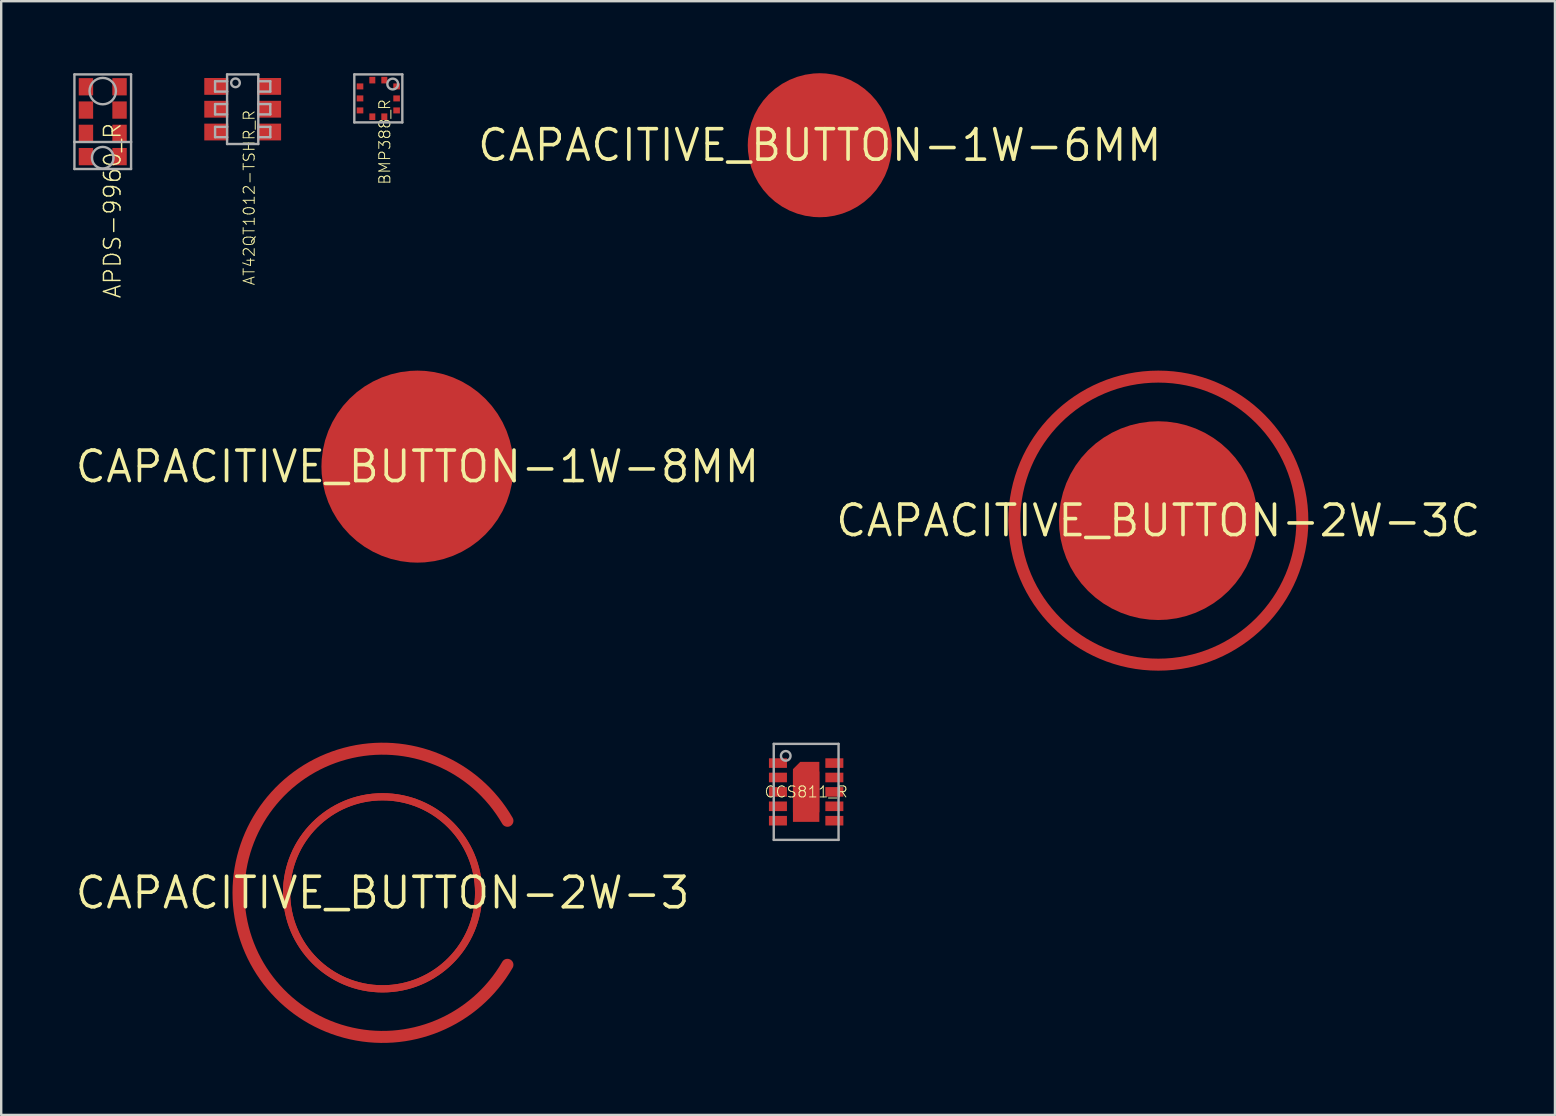
<source format=kicad_pcb>
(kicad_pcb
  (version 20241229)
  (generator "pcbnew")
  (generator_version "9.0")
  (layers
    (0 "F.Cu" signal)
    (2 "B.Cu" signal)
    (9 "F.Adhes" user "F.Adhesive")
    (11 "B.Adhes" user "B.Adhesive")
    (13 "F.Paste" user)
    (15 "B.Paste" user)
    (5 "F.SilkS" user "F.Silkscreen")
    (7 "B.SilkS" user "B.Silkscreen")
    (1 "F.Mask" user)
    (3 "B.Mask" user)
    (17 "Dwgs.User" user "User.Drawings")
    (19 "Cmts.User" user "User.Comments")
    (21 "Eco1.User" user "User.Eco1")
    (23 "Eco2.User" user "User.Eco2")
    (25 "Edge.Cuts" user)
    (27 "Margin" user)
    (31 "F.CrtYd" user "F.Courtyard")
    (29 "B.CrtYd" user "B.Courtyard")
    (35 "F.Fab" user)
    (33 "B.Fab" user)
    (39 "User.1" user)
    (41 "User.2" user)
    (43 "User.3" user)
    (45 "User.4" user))
  (footprint "CAPACITIVE_BUTTON-2W-3C"
    (layer "F.Cu")
    (at 45.204 18.639)
    (property "Reference" "CAPACITIVE_BUTTON-2W-3C" (at 0 0 0) (unlocked yes) (layer "F.SilkS") (effects (font (size 1.27 1.27) (thickness 0.15))))
    (fp_circle (center 0 0) (end 6 0) (stroke (width 0.5) (type solid)) (fill no) (layer "F.Cu"))
    (pad "RX" smd roundrect (at 0 0) (size 8.28 8.28) (layers "F.Cu") (roundrect_rratio 0.5))
    (pad "TX" smd rect (at 6 0 270) (size 0.25 0.25) (layers "F.Cu")))
  (footprint "CCS811_R"
    (layer "F.Cu")
    (at 30.533 29.939)
    (property "Reference" "CCS811_R" (at 0 0 0) (unlocked yes) (layer "F.SilkS") (effects (font (size 0.46 0.46) (thickness 0.04))))
    (fp_poly (pts (xy 0.55 1.25) (xy -0.55 1.25) (xy -0.55 -0.946) (xy -0.246 -1.25) (xy 0.55 -1.25)) (stroke (width 0) (type default)) (fill yes) (layer "F.Cu"))
    (fp_poly (pts (xy -1.6 -0.95) (xy -0.75 -0.95) (xy -0.75 -1.45) (xy -1.6 -1.45)) (stroke (width 0) (type default)) (fill yes) (layer "F.Mask"))
    (fp_poly (pts (xy -1.6 -0.35) (xy -0.75 -0.35) (xy -0.75 -0.85) (xy -1.6 -0.85)) (stroke (width 0) (type default)) (fill yes) (layer "F.Mask"))
    (fp_poly (pts (xy -1.6 0.25) (xy -0.75 0.25) (xy -0.75 -0.25) (xy -1.6 -0.25)) (stroke (width 0) (type default)) (fill yes) (layer "F.Mask"))
    (fp_poly (pts (xy -1.6 0.85) (xy -0.75 0.85) (xy -0.75 0.35) (xy -1.6 0.35)) (stroke (width 0) (type default)) (fill yes) (layer "F.Mask"))
    (fp_poly (pts (xy -1.6 1.45) (xy -0.75 1.45) (xy -0.75 0.95) (xy -1.6 0.95)) (stroke (width 0) (type default)) (fill yes) (layer "F.Mask"))
    (fp_poly (pts (xy 1.6 -1.45) (xy 0.75 -1.45) (xy 0.75 -0.95) (xy 1.6 -0.95)) (stroke (width 0) (type default)) (fill yes) (layer "F.Mask"))
    (fp_poly (pts (xy 1.6 -0.85) (xy 0.75 -0.85) (xy 0.75 -0.35) (xy 1.6 -0.35)) (stroke (width 0) (type default)) (fill yes) (layer "F.Mask"))
    (fp_poly (pts (xy 1.6 -0.25) (xy 0.75 -0.25) (xy 0.75 0.25) (xy 1.6 0.25)) (stroke (width 0) (type default)) (fill yes) (layer "F.Mask"))
    (fp_poly (pts (xy 1.6 0.35) (xy 0.75 0.35) (xy 0.75 0.85) (xy 1.6 0.85)) (stroke (width 0) (type default)) (fill yes) (layer "F.Mask"))
    (fp_poly (pts (xy 1.6 0.95) (xy 0.75 0.95) (xy 0.75 1.45) (xy 1.6 1.45)) (stroke (width 0) (type default)) (fill yes) (layer "F.Mask"))
    (fp_poly (pts (xy 0.6 1.3) (xy -0.6 1.3) (xy -0.6 -0.996) (xy -0.296 -1.3) (xy 0.6 -1.3)) (stroke (width 0) (type default)) (fill yes) (layer "F.Mask"))
    (fp_poly (pts (xy 0.45 1.15) (xy -0.45 1.15) (xy -0.45 0.1) (xy 0.45 0.1)) (stroke (width 0) (type default)) (fill yes) (layer "F.Paste"))
    (fp_poly (pts (xy 0.45 -0.1) (xy -0.45 -0.1) (xy -0.45 -0.871) (xy -0.171 -1.15) (xy 0.45 -1.15)) (stroke (width 0) (type default)) (fill yes) (layer "F.Paste"))
    (fp_line (start -1.35 -2) (end 1.35 -2) (stroke (width 0.1) (type solid)) (layer "F.Fab"))
    (fp_line (start -1.35 2) (end -1.35 -2) (stroke (width 0.1) (type solid)) (layer "F.Fab"))
    (fp_line (start 1.35 -2) (end 1.35 2) (stroke (width 0.1) (type solid)) (layer "F.Fab"))
    (fp_line (start 1.35 2) (end -1.35 2) (stroke (width 0.1) (type solid)) (layer "F.Fab"))
    (fp_circle (center -0.85 -1.5) (end -0.65 -1.5) (stroke (width 0.1) (type solid)) (fill no) (layer "F.Fab"))
    (pad "0" smd rect (at 0 0) (size 1.1 1.7) (layers "F.Cu"))
    (pad "1" smd rect (at -1.175 -1.2 90) (size 0.4 0.75) (layers "F.Cu" "F.Paste"))
    (pad "2" smd rect (at -1.175 -0.6 90) (size 0.4 0.75) (layers "F.Cu" "F.Paste"))
    (pad "3" smd rect (at -1.175 0 90) (size 0.4 0.75) (layers "F.Cu" "F.Paste"))
    (pad "4" smd rect (at -1.175 0.6 90) (size 0.4 0.75) (layers "F.Cu" "F.Paste"))
    (pad "5" smd rect (at -1.175 1.2 90) (size 0.4 0.75) (layers "F.Cu" "F.Paste"))
    (pad "6" smd rect (at 1.175 1.2 90) (size 0.4 0.75) (layers "F.Cu" "F.Paste"))
    (pad "7" smd rect (at 1.175 0.6 90) (size 0.4 0.75) (layers "F.Cu" "F.Paste"))
    (pad "8" smd rect (at 1.175 0 90) (size 0.4 0.75) (layers "F.Cu" "F.Paste"))
    (pad "9" smd rect (at 1.175 -0.6 90) (size 0.4 0.75) (layers "F.Cu" "F.Paste"))
    (pad "10" smd rect (at 1.175 -1.2 90) (size 0.4 0.75) (layers "F.Cu" "F.Paste")))
  (footprint "CAPACITIVE_BUTTON-1W-6MM"
    (layer "F.Cu")
    (at 31.1 3)
    (property "Reference" "CAPACITIVE_BUTTON-1W-6MM" (at 0 0 0) (unlocked yes) (layer "F.SilkS") (effects (font (size 1.27 1.27) (thickness 0.15))))
    (pad "TCH" smd roundrect (at 0 0) (size 6 6) (layers "F.Cu") (roundrect_rratio 0.5)))
  (footprint "CAPACITIVE_BUTTON-2W-3"
    (layer "F.Cu")
    (at 12.889 34.143)
    (property "Reference" "CAPACITIVE_BUTTON-2W-3" (at 0 0 0) (unlocked yes) (layer "F.SilkS") (effects (font (size 1.27 1.27) (thickness 0.15))))
    (fp_arc (start 5.2 3) (mid -6.0035 0) (end 5.2 -3) (stroke (width 0.5) (type solid)) (layer "F.Cu"))
    (fp_circle (center 0 0) (end 4 0) (stroke (width 0.3) (type solid)) (fill no) (layer "F.Cu"))
    (fp_circle (center 0 0) (end 4 0) (stroke (width 0.3) (type solid)) (fill no) (layer "F.Cu"))
    (pad "RX" smd rect (at 3.993 0 90) (size 0.25 0.25) (layers "F.Cu"))
    (pad "TX" smd rect (at 5.199 2.984 270) (size 0.25 0.25) (layers "F.Cu")))
  (footprint "APDS-9960_R"
    (layer "F.Cu")
    (at 1.23 2.02)
    (property "Reference" "APDS-9960_R" (at 0 0 90) (unlocked yes) (layer "F.SilkS") (effects (font (size 0.69 0.69) (thickness 0.06)) (justify right top)))
    (fp_poly (pts (xy -0.4 -1.095) (xy -1 -1.095) (xy -1 -1.815) (xy -0.4 -1.815)) (stroke (width 0) (type default)) (fill yes) (layer "F.Paste"))
    (fp_poly (pts (xy -0.4 -0.125) (xy -1 -0.125) (xy -1 -0.845) (xy -0.4 -0.845)) (stroke (width 0) (type default)) (fill yes) (layer "F.Paste"))
    (fp_poly (pts (xy -0.4 0.845) (xy -1 0.845) (xy -1 0.125) (xy -0.4 0.125)) (stroke (width 0) (type default)) (fill yes) (layer "F.Paste"))
    (fp_poly (pts (xy -0.4 1.815) (xy -1 1.815) (xy -1 1.095) (xy -0.4 1.095)) (stroke (width 0) (type default)) (fill yes) (layer "F.Paste"))
    (fp_poly (pts (xy 1 -1.095) (xy 0.4 -1.095) (xy 0.4 -1.815) (xy 1 -1.815)) (stroke (width 0) (type default)) (fill yes) (layer "F.Paste"))
    (fp_poly (pts (xy 1 -0.125) (xy 0.4 -0.125) (xy 0.4 -0.845) (xy 1 -0.845)) (stroke (width 0) (type default)) (fill yes) (layer "F.Paste"))
    (fp_poly (pts (xy 1 0.845) (xy 0.4 0.845) (xy 0.4 0.125) (xy 1 0.125)) (stroke (width 0) (type default)) (fill yes) (layer "F.Paste"))
    (fp_poly (pts (xy 1 1.815) (xy 0.4 1.815) (xy 0.4 1.095) (xy 1 1.095)) (stroke (width 0) (type default)) (fill yes) (layer "F.Paste"))
    (fp_line (start -1.18 -1.97) (end 1.18 -1.97) (stroke (width 0.1) (type solid)) (layer "F.Fab"))
    (fp_line (start -1.18 0.845) (end -1.18 -1.97) (stroke (width 0.1) (type solid)) (layer "F.Fab"))
    (fp_line (start -1.18 1.97) (end -1.18 0.845) (stroke (width 0.1) (type solid)) (layer "F.Fab"))
    (fp_line (start 1.18 -1.97) (end 1.18 0.845) (stroke (width 0.1) (type solid)) (layer "F.Fab"))
    (fp_line (start 1.18 0.845) (end -1.18 0.845) (stroke (width 0.1) (type solid)) (layer "F.Fab"))
    (fp_line (start 1.18 0.845) (end 1.18 1.97) (stroke (width 0.1) (type solid)) (layer "F.Fab"))
    (fp_line (start 1.18 1.97) (end -1.18 1.97) (stroke (width 0.1) (type solid)) (layer "F.Fab"))
    (fp_circle (center 0 -1.275) (end 0.55 -1.275) (stroke (width 0.1) (type solid)) (fill no) (layer "F.Fab"))
    (fp_circle (center 0 1.5) (end 0.45 1.5) (stroke (width 0.1) (type solid)) (fill no) (layer "F.Fab"))
    (pad "1" smd rect (at 0.7 -1.455 180) (size 0.6 0.72) (layers "F.Cu" "F.Mask"))
    (pad "2" smd rect (at 0.7 -0.485 180) (size 0.6 0.72) (layers "F.Cu" "F.Mask"))
    (pad "3" smd rect (at 0.7 0.485 180) (size 0.6 0.72) (layers "F.Cu" "F.Mask"))
    (pad "4" smd rect (at 0.7 1.455 180) (size 0.6 0.72) (layers "F.Cu" "F.Mask"))
    (pad "5" smd rect (at -0.7 1.455 180) (size 0.6 0.72) (layers "F.Cu" "F.Mask"))
    (pad "6" smd rect (at -0.7 0.485 180) (size 0.6 0.72) (layers "F.Cu" "F.Mask"))
    (pad "7" smd rect (at -0.7 -0.485 180) (size 0.6 0.72) (layers "F.Cu" "F.Mask"))
    (pad "8" smd rect (at -0.7 -1.455 180) (size 0.6 0.72) (layers "F.Cu" "F.Mask")))
  (footprint "CAPACITIVE_BUTTON-1W-8MM"
    (layer "F.Cu")
    (at 14.34 16.389)
    (property "Reference" "CAPACITIVE_BUTTON-1W-8MM" (at 0 0 0) (unlocked yes) (layer "F.SilkS") (effects (font (size 1.27 1.27) (thickness 0.15))))
    (pad "TCH" smd roundrect (at 0 0) (size 8 8) (layers "F.Cu") (roundrect_rratio 0.5)))
  (footprint "AT42QT1012-TSHR_R"
    (layer "F.Cu")
    (at 7.06 1.5)
    (property "Reference" "AT42QT1012-TSHR_R" (at 0 0 90) (unlocked yes) (layer "F.SilkS") (effects (font (size 0.46 0.46) (thickness 0.04)) (justify right top)))
    (fp_line (start -1.15 -1.165) (end -0.65 -1.165) (stroke (width 0.1) (type solid)) (layer "F.Fab"))
    (fp_line (start -1.15 -0.735) (end -1.15 -1.165) (stroke (width 0.1) (type solid)) (layer "F.Fab"))
    (fp_line (start -1.15 -0.215) (end -1.15 0.215) (stroke (width 0.1) (type solid)) (layer "F.Fab"))
    (fp_line (start -1.15 0.215) (end -0.65 0.215) (stroke (width 0.1) (type solid)) (layer "F.Fab"))
    (fp_line (start -1.15 0.735) (end -0.65 0.735) (stroke (width 0.1) (type solid)) (layer "F.Fab"))
    (fp_line (start -1.15 1.165) (end -1.15 0.735) (stroke (width 0.1) (type solid)) (layer "F.Fab"))
    (fp_line (start -0.65 -1.45) (end 0.65 -1.45) (stroke (width 0.1) (type solid)) (layer "F.Fab"))
    (fp_line (start -0.65 -1.165) (end -0.65 -1.45) (stroke (width 0.1) (type solid)) (layer "F.Fab"))
    (fp_line (start -0.65 -0.735) (end -1.15 -0.735) (stroke (width 0.1) (type solid)) (layer "F.Fab"))
    (fp_line (start -0.65 -0.735) (end -0.65 -1.165) (stroke (width 0.1) (type solid)) (layer "F.Fab"))
    (fp_line (start -0.65 -0.215) (end -1.15 -0.215) (stroke (width 0.1) (type solid)) (layer "F.Fab"))
    (fp_line (start -0.65 0.735) (end -0.65 -0.735) (stroke (width 0.1) (type solid)) (layer "F.Fab"))
    (fp_line (start -0.65 1.165) (end -1.15 1.165) (stroke (width 0.1) (type solid)) (layer "F.Fab"))
    (fp_line (start -0.65 1.165) (end -0.65 0.735) (stroke (width 0.1) (type solid)) (layer "F.Fab"))
    (fp_line (start -0.65 1.45) (end -0.65 1.165) (stroke (width 0.1) (type solid)) (layer "F.Fab"))
    (fp_line (start 0.65 -1.45) (end 0.65 -0.215) (stroke (width 0.1) (type solid)) (layer "F.Fab"))
    (fp_line (start 0.65 -0.735) (end 1.15 -0.735) (stroke (width 0.1) (type solid)) (layer "F.Fab"))
    (fp_line (start 0.65 -0.215) (end 0.65 0.215) (stroke (width 0.1) (type solid)) (layer "F.Fab"))
    (fp_line (start 0.65 0.215) (end 0.65 1.45) (stroke (width 0.1) (type solid)) (layer "F.Fab"))
    (fp_line (start 0.65 0.215) (end 1.15 0.215) (stroke (width 0.1) (type solid)) (layer "F.Fab"))
    (fp_line (start 0.65 1.165) (end 1.15 1.165) (stroke (width 0.1) (type solid)) (layer "F.Fab"))
    (fp_line (start 0.65 1.45) (end -0.65 1.45) (stroke (width 0.1) (type solid)) (layer "F.Fab"))
    (fp_line (start 1.15 -1.165) (end 0.65 -1.165) (stroke (width 0.1) (type solid)) (layer "F.Fab"))
    (fp_line (start 1.15 -0.735) (end 1.15 -1.165) (stroke (width 0.1) (type solid)) (layer "F.Fab"))
    (fp_line (start 1.15 -0.215) (end 0.65 -0.215) (stroke (width 0.1) (type solid)) (layer "F.Fab"))
    (fp_line (start 1.15 0.215) (end 1.15 -0.215) (stroke (width 0.1) (type solid)) (layer "F.Fab"))
    (fp_line (start 1.15 0.735) (end 0.65 0.735) (stroke (width 0.1) (type solid)) (layer "F.Fab"))
    (fp_line (start 1.15 1.165) (end 1.15 0.735) (stroke (width 0.1) (type solid)) (layer "F.Fab"))
    (fp_circle (center -0.3 -1.1) (end -0.12 -1.1) (stroke (width 0.1) (type solid)) (fill no) (layer "F.Fab"))
    (pad "1" smd rect (at -1.1 -0.95) (size 1 0.7) (layers "F.Cu" "F.Mask" "F.Paste"))
    (pad "2" smd rect (at -1.1 0 180) (size 1 0.7) (layers "F.Cu" "F.Mask" "F.Paste"))
    (pad "3" smd rect (at -1.1 0.95) (size 1 0.7) (layers "F.Cu" "F.Mask" "F.Paste"))
    (pad "4" smd rect (at 1.1 0.95) (size 1 0.7) (layers "F.Cu" "F.Mask" "F.Paste"))
    (pad "5" smd rect (at 1.1 0) (size 1 0.7) (layers "F.Cu" "F.Mask" "F.Paste"))
    (pad "6" smd rect (at 1.1 -0.95) (size 1 0.7) (layers "F.Cu" "F.Mask" "F.Paste")))
  (footprint "BMP388_R"
    (layer "F.Cu")
    (at 12.71 1.05)
    (property "Reference" "BMP388_R" (at 0 0 90) (unlocked yes) (layer "F.SilkS") (effects (font (size 0.46 0.46) (thickness 0.04)) (justify right top)))
    (fp_poly (pts (xy -0.575 -0.325) (xy -0.575 -0.675) (xy -0.95 -0.675) (xy -0.95 -0.325)) (stroke (width 0) (type default)) (fill yes) (layer "F.Mask"))
    (fp_poly (pts (xy -0.575 0.175) (xy -0.575 -0.175) (xy -0.95 -0.175) (xy -0.95 0.175)) (stroke (width 0) (type default)) (fill yes) (layer "F.Mask"))
    (fp_poly (pts (xy -0.575 0.675) (xy -0.575 0.325) (xy -0.95 0.325) (xy -0.95 0.675)) (stroke (width 0) (type default)) (fill yes) (layer "F.Mask"))
    (fp_poly (pts (xy -0.425 -0.575) (xy -0.075 -0.575) (xy -0.075 -0.95) (xy -0.425 -0.95)) (stroke (width 0) (type default)) (fill yes) (layer "F.Mask"))
    (fp_poly (pts (xy -0.425 0.95) (xy -0.075 0.95) (xy -0.075 0.575) (xy -0.425 0.575)) (stroke (width 0) (type default)) (fill yes) (layer "F.Mask"))
    (fp_poly (pts (xy 0.075 -0.575) (xy 0.425 -0.575) (xy 0.425 -0.95) (xy 0.075 -0.95)) (stroke (width 0) (type default)) (fill yes) (layer "F.Mask"))
    (fp_poly (pts (xy 0.075 0.95) (xy 0.425 0.95) (xy 0.425 0.575) (xy 0.075 0.575)) (stroke (width 0) (type default)) (fill yes) (layer "F.Mask"))
    (fp_poly (pts (xy 0.95 -0.325) (xy 0.95 -0.675) (xy 0.575 -0.675) (xy 0.575 -0.325)) (stroke (width 0) (type default)) (fill yes) (layer "F.Mask"))
    (fp_poly (pts (xy 0.95 0.175) (xy 0.95 -0.175) (xy 0.575 -0.175) (xy 0.575 0.175)) (stroke (width 0) (type default)) (fill yes) (layer "F.Mask"))
    (fp_poly (pts (xy 0.95 0.675) (xy 0.95 0.325) (xy 0.575 0.325) (xy 0.575 0.675)) (stroke (width 0) (type default)) (fill yes) (layer "F.Mask"))
    (fp_line (start -1 -1) (end 1 -1) (stroke (width 0.1) (type solid)) (layer "F.Fab"))
    (fp_line (start -1 1) (end -1 -1) (stroke (width 0.1) (type solid)) (layer "F.Fab"))
    (fp_line (start 1 -1) (end 1 1) (stroke (width 0.1) (type solid)) (layer "F.Fab"))
    (fp_line (start 1 1) (end -1 1) (stroke (width 0.1) (type solid)) (layer "F.Fab"))
    (fp_circle (center 0.6 -0.6) (end 0.824 -0.6) (stroke (width 0.1) (type solid)) (fill no) (layer "F.Fab"))
    (pad "1" smd rect (at 0.25 -0.762 90) (size 0.275 0.25) (layers "F.Cu" "F.Paste"))
    (pad "2" smd rect (at -0.25 -0.762 90) (size 0.275 0.25) (layers "F.Cu" "F.Paste"))
    (pad "3" smd rect (at -0.762 -0.5 180) (size 0.275 0.25) (layers "F.Cu" "F.Paste"))
    (pad "4" smd rect (at -0.762 0 180) (size 0.275 0.25) (layers "F.Cu" "F.Paste"))
    (pad "5" smd rect (at -0.762 0.5 180) (size 0.275 0.25) (layers "F.Cu" "F.Paste"))
    (pad "6" smd rect (at -0.25 0.762 90) (size 0.275 0.25) (layers "F.Cu" "F.Paste"))
    (pad "7" smd rect (at 0.25 0.762 90) (size 0.275 0.25) (layers "F.Cu" "F.Paste"))
    (pad "8" smd rect (at 0.762 0.5 180) (size 0.275 0.25) (layers "F.Cu" "F.Paste"))
    (pad "9" smd rect (at 0.762 0 180) (size 0.275 0.25) (layers "F.Cu" "F.Paste"))
    (pad "10" smd rect (at 0.762 -0.5 180) (size 0.275 0.25) (layers "F.Cu" "F.Paste")))
  (gr_rect
    (start -3 -3)
    (end 61.728 43.396)
    (stroke (width 0.1) (type default))
    (fill no)
    (layer "Edge.Cuts")))
</source>
